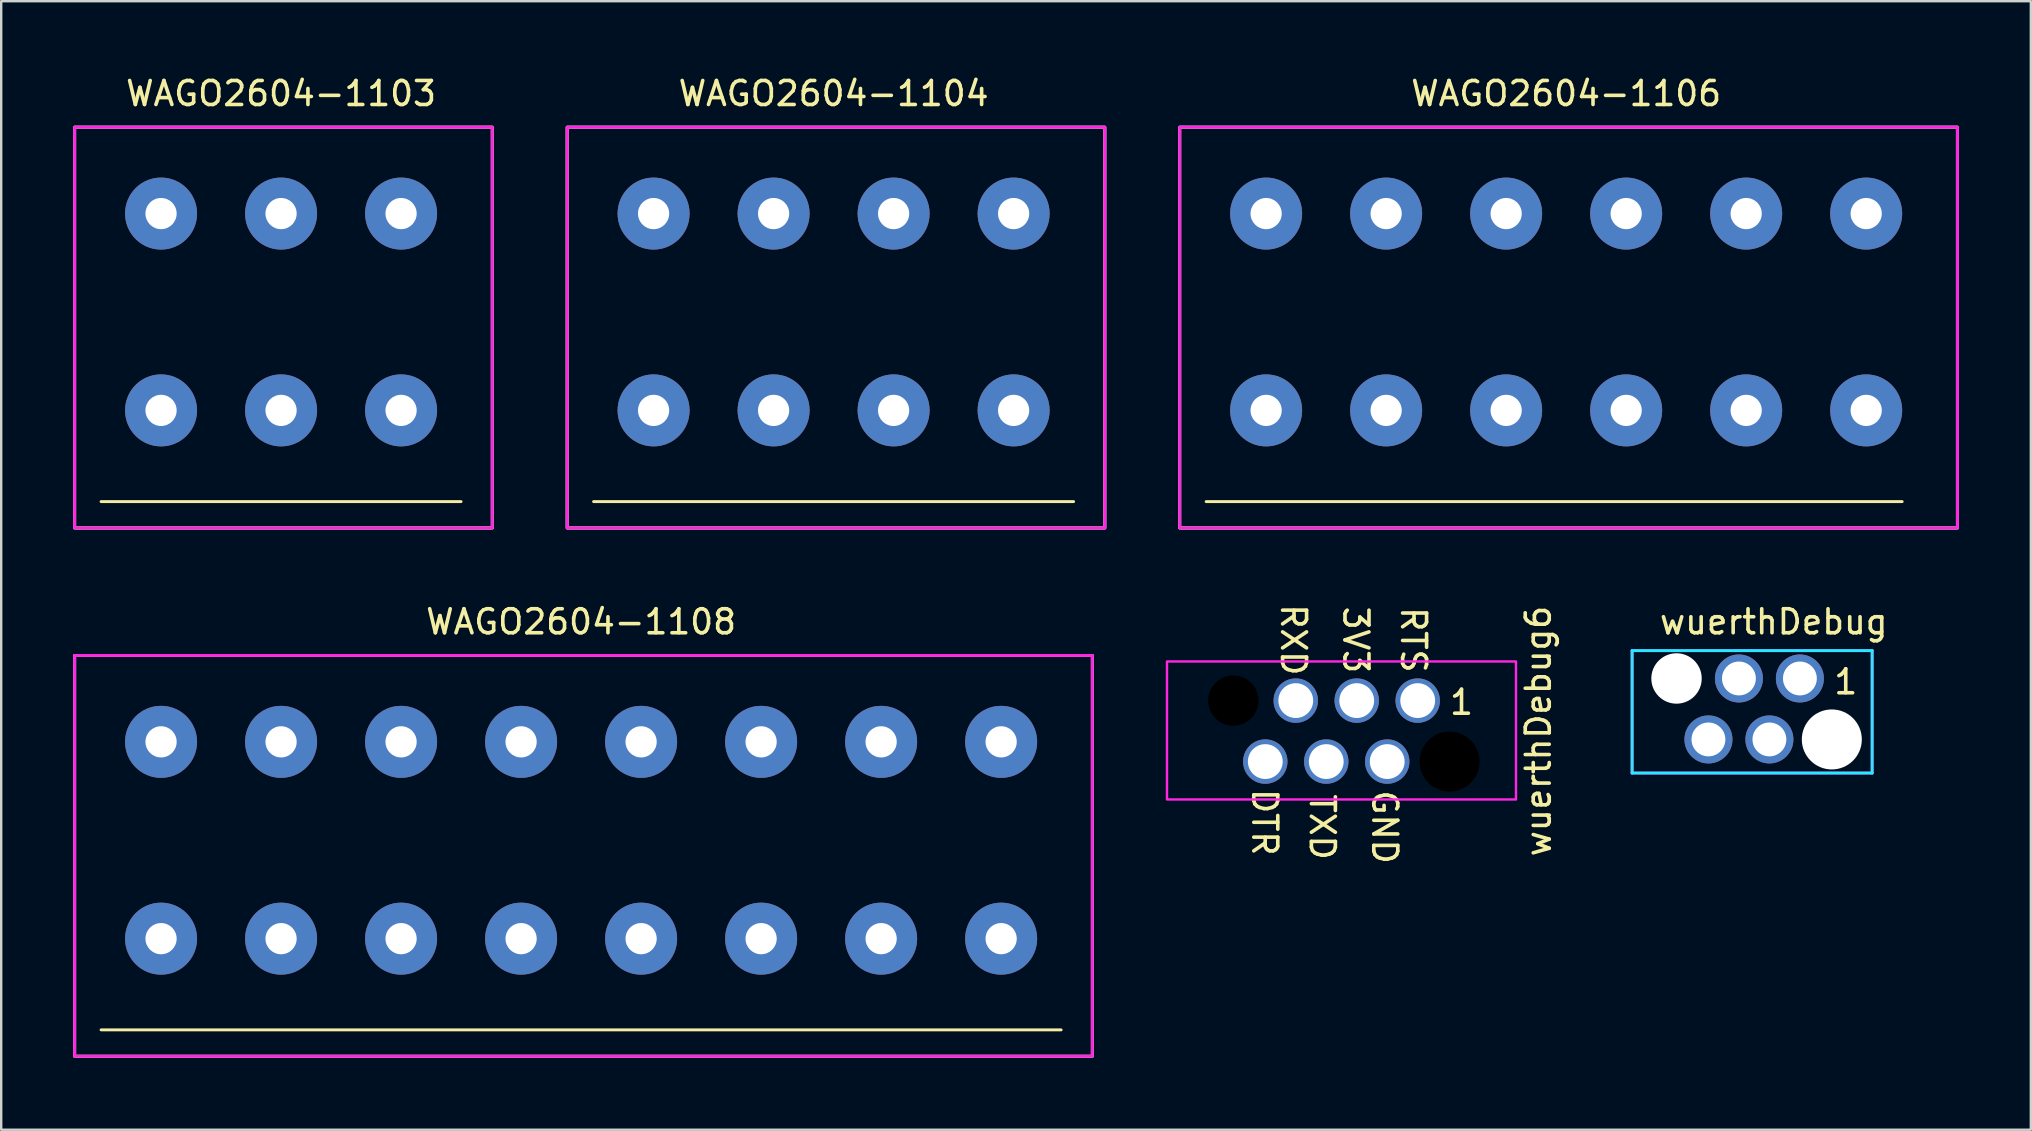
<source format=kicad_pcb>
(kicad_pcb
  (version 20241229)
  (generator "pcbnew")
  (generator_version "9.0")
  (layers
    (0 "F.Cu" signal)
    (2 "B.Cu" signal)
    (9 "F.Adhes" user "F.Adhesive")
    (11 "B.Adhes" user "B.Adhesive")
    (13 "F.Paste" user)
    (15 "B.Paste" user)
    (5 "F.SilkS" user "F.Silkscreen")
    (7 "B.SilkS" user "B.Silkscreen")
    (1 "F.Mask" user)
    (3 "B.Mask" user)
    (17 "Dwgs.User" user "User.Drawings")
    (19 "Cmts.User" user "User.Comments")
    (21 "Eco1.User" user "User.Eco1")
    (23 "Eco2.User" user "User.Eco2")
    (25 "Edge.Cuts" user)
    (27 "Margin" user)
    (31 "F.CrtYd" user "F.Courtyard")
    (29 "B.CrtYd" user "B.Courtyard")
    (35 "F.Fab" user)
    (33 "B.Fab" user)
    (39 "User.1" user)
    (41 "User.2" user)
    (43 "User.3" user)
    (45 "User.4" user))
  (footprint "WAGO2604-1103"
    (layer "F.Cu")
    (at 8.66 5.848)
    (property "Reference" "WAGO2604-1103" (at 0 -5 0) (layer "F.SilkS") (effects (font (size 1 1) (thickness 0.15))))
    (attr through_hole)
    (fp_line (start -7.5 12) (end 7.5 12) (stroke (width 0.12) (type solid)) (layer "F.SilkS"))
    (fp_rect (start 8.8 -3.6) (end -8.6 13.1) (stroke (width 0.12) (type solid)) (fill no) (layer "F.SilkS"))
    (fp_rect (start 8.8 -3.6) (end -8.6 13.1) (stroke (width 0.12) (type solid)) (fill no) (layer "F.CrtYd"))
    (fp_rect (start 8.8 -3.6) (end -8.6 13.1) (stroke (width 0.12) (type solid)) (fill no) (layer "F.Fab"))
    (pad "1" thru_hole circle (at -5 0) (size 3 3) (drill 1.3) (layers "*.Cu" "*.Mask"))
    (pad "1" thru_hole circle (at -5 8.2) (size 3 3) (drill 1.3) (layers "*.Cu" "*.Mask"))
    (pad "2" thru_hole circle (at 0 0) (size 3 3) (drill 1.3) (layers "*.Cu" "*.Mask"))
    (pad "2" thru_hole circle (at 0 8.2) (size 3 3) (drill 1.3) (layers "*.Cu" "*.Mask"))
    (pad "3" thru_hole circle (at 5 0) (size 3 3) (drill 1.3) (layers "*.Cu" "*.Mask"))
    (pad "3" thru_hole circle (at 5 8.2) (size 3 3) (drill 1.3) (layers "*.Cu" "*.Mask")))
  (footprint "wuerthDebug"
    (layer "F.Cu")
    (at 70.848 22.357)
    (property "Reference" "wuerthDebug" (at 0 0.5 0) (layer "F.SilkS") (effects (font (size 1 1) (thickness 0.15))))
    (attr through_hole)
    (fp_line (start -5.9 1.7) (end 4.1 1.7) (stroke (width 0.12) (type solid)) (layer "B.CrtYd"))
    (fp_line (start -5.9 6.8) (end -5.9 1.7) (stroke (width 0.12) (type solid)) (layer "B.CrtYd"))
    (fp_line (start 4.1 1.7) (end 4.1 6.8) (stroke (width 0.12) (type solid)) (layer "B.CrtYd"))
    (fp_line (start 4.1 6.8) (end -5.9 6.8) (stroke (width 0.12) (type solid)) (layer "B.CrtYd"))
    (fp_line (start -5.9 1.7) (end -5.9 6.8) (stroke (width 0.12) (type solid)) (layer "F.CrtYd"))
    (fp_line (start -5.9 1.7) (end 4.1 1.7) (stroke (width 0.12) (type solid)) (layer "F.CrtYd"))
    (fp_line (start -5.9 6.8) (end 4.1 6.8) (stroke (width 0.12) (type solid)) (layer "F.CrtYd"))
    (fp_line (start 4.1 1.7) (end 4.1 6.8) (stroke (width 0.12) (type solid)) (layer "F.CrtYd"))
    (fp_text user "1" (at 3 3 0) (layer "F.SilkS") (effects (font (size 1 1) (thickness 0.15))))
    (pad "" np_thru_hole circle (at -4.05 2.86) (size 2.1 2.1) (drill 2.1) (layers "*.Cu" "*.Mask"))
    (pad "" np_thru_hole circle (at 2.42 5.4) (size 2.5 2.5) (drill 2.5) (layers "*.Cu" "*.Mask"))
    (pad "1" thru_hole circle (at 1.09 2.86) (size 2 2) (drill 1.41) (layers "*.Cu" "*.Mask"))
    (pad "2" thru_hole circle (at -0.18 5.4) (size 2 2) (drill 1.41) (layers "*.Cu" "*.Mask"))
    (pad "3" thru_hole circle (at -1.45 2.86) (size 2 2) (drill 1.41) (layers "*.Cu" "*.Mask"))
    (pad "4" thru_hole circle (at -2.72 5.4) (size 2 2) (drill 1.41) (layers "*.Cu" "*.Mask")))
  (footprint "WAGO2604-1108"
    (layer "F.Cu")
    (at 21.16 27.857)
    (property "Reference" "WAGO2604-1108" (at 0 -5 0) (layer "F.SilkS") (effects (font (size 1 1) (thickness 0.15))))
    (attr through_hole)
    (fp_line (start -20 12) (end 20 12) (stroke (width 0.12) (type solid)) (layer "F.SilkS"))
    (fp_rect (start 21.3 -3.6) (end -21.1 13.1) (stroke (width 0.12) (type solid)) (fill no) (layer "F.SilkS"))
    (fp_rect (start 21.3 -3.6) (end -21.1 13.1) (stroke (width 0.12) (type solid)) (fill no) (layer "F.CrtYd"))
    (fp_rect (start 21.3 -3.6) (end -21.1 13.1) (stroke (width 0.12) (type solid)) (fill no) (layer "F.Fab"))
    (pad "1" thru_hole circle (at -17.5 0) (size 3 3) (drill 1.3) (layers "*.Cu" "*.Mask"))
    (pad "1" thru_hole circle (at -17.5 8.2) (size 3 3) (drill 1.3) (layers "*.Cu" "*.Mask"))
    (pad "2" thru_hole circle (at -12.5 0) (size 3 3) (drill 1.3) (layers "*.Cu" "*.Mask"))
    (pad "2" thru_hole circle (at -12.5 8.2) (size 3 3) (drill 1.3) (layers "*.Cu" "*.Mask"))
    (pad "3" thru_hole circle (at -7.5 0) (size 3 3) (drill 1.3) (layers "*.Cu" "*.Mask"))
    (pad "3" thru_hole circle (at -7.5 8.2) (size 3 3) (drill 1.3) (layers "*.Cu" "*.Mask"))
    (pad "4" thru_hole circle (at -2.5 0) (size 3 3) (drill 1.3) (layers "*.Cu" "*.Mask"))
    (pad "4" thru_hole circle (at -2.5 8.2) (size 3 3) (drill 1.3) (layers "*.Cu" "*.Mask"))
    (pad "5" thru_hole circle (at 2.5 0) (size 3 3) (drill 1.3) (layers "*.Cu" "*.Mask"))
    (pad "5" thru_hole circle (at 2.5 8.2) (size 3 3) (drill 1.3) (layers "*.Cu" "*.Mask"))
    (pad "6" thru_hole circle (at 7.5 0) (size 3 3) (drill 1.3) (layers "*.Cu" "*.Mask"))
    (pad "6" thru_hole circle (at 7.5 8.2) (size 3 3) (drill 1.3) (layers "*.Cu" "*.Mask"))
    (pad "7" thru_hole circle (at 12.5 0) (size 3 3) (drill 1.3) (layers "*.Cu" "*.Mask"))
    (pad "7" thru_hole circle (at 12.5 8.2) (size 3 3) (drill 1.3) (layers "*.Cu" "*.Mask"))
    (pad "8" thru_hole circle (at 17.5 0) (size 3 3) (drill 1.3) (layers "*.Cu" "*.Mask"))
    (pad "8" thru_hole circle (at 17.5 8.2) (size 3 3) (drill 1.3) (layers "*.Cu" "*.Mask")))
  (footprint "WAGO2604-1104"
    (layer "F.Cu")
    (at 31.68 5.848)
    (property "Reference" "WAGO2604-1104" (at 0 -5 0) (layer "F.SilkS") (effects (font (size 1 1) (thickness 0.15))))
    (attr through_hole)
    (fp_line (start -10 12) (end 10 12) (stroke (width 0.12) (type solid)) (layer "F.SilkS"))
    (fp_rect (start 11.3 -3.6) (end -11.1 13.1) (stroke (width 0.12) (type solid)) (fill no) (layer "F.SilkS"))
    (fp_rect (start 11.3 -3.6) (end -11.1 13.1) (stroke (width 0.12) (type solid)) (fill no) (layer "F.CrtYd"))
    (fp_rect (start 11.3 -3.6) (end -11.1 13.1) (stroke (width 0.12) (type solid)) (fill no) (layer "F.Fab"))
    (pad "1" thru_hole circle (at -7.5 0) (size 3 3) (drill 1.3) (layers "*.Cu" "*.Mask"))
    (pad "1" thru_hole circle (at -7.5 8.2) (size 3 3) (drill 1.3) (layers "*.Cu" "*.Mask"))
    (pad "2" thru_hole circle (at -2.5 0) (size 3 3) (drill 1.3) (layers "*.Cu" "*.Mask"))
    (pad "2" thru_hole circle (at -2.5 8.2) (size 3 3) (drill 1.3) (layers "*.Cu" "*.Mask"))
    (pad "3" thru_hole circle (at 2.5 0) (size 3 3) (drill 1.3) (layers "*.Cu" "*.Mask"))
    (pad "3" thru_hole circle (at 2.5 8.2) (size 3 3) (drill 1.3) (layers "*.Cu" "*.Mask"))
    (pad "4" thru_hole circle (at 7.5 0) (size 3 3) (drill 1.3) (layers "*.Cu" "*.Mask"))
    (pad "4" thru_hole circle (at 7.5 8.2) (size 3 3) (drill 1.3) (layers "*.Cu" "*.Mask")))
  (footprint "WAGO2604-1106"
    (layer "F.Cu")
    (at 62.2 5.848)
    (property "Reference" "WAGO2604-1106" (at 0 -5 0) (layer "F.SilkS") (effects (font (size 1 1) (thickness 0.15))))
    (attr through_hole)
    (fp_line (start -15 12) (end 14 12) (stroke (width 0.12) (type solid)) (layer "F.SilkS"))
    (fp_rect (start 16.3 -3.6) (end -16.1 13.1) (stroke (width 0.12) (type solid)) (fill no) (layer "F.SilkS"))
    (fp_rect (start 16.3 -3.6) (end -16.1 13.1) (stroke (width 0.12) (type solid)) (fill no) (layer "F.CrtYd"))
    (fp_rect (start 16.3 -3.6) (end -16.1 13.1) (stroke (width 0.12) (type solid)) (fill no) (layer "F.Fab"))
    (pad "1" thru_hole circle (at -12.5 0) (size 3 3) (drill 1.3) (layers "*.Cu" "*.Mask"))
    (pad "1" thru_hole circle (at -12.5 8.2) (size 3 3) (drill 1.3) (layers "*.Cu" "*.Mask"))
    (pad "2" thru_hole circle (at -7.5 0) (size 3 3) (drill 1.3) (layers "*.Cu" "*.Mask"))
    (pad "2" thru_hole circle (at -7.5 8.2) (size 3 3) (drill 1.3) (layers "*.Cu" "*.Mask"))
    (pad "3" thru_hole circle (at -2.5 0) (size 3 3) (drill 1.3) (layers "*.Cu" "*.Mask"))
    (pad "3" thru_hole circle (at -2.5 8.2) (size 3 3) (drill 1.3) (layers "*.Cu" "*.Mask"))
    (pad "4" thru_hole circle (at 2.5 0) (size 3 3) (drill 1.3) (layers "*.Cu" "*.Mask"))
    (pad "4" thru_hole circle (at 2.5 8.2) (size 3 3) (drill 1.3) (layers "*.Cu" "*.Mask"))
    (pad "5" thru_hole circle (at 7.5 0) (size 3 3) (drill 1.3) (layers "*.Cu" "*.Mask"))
    (pad "5" thru_hole circle (at 7.5 8.2) (size 3 3) (drill 1.3) (layers "*.Cu" "*.Mask"))
    (pad "6" thru_hole circle (at 12.5 0) (size 3 3) (drill 1.3) (layers "*.Cu" "*.Mask"))
    (pad "6" thru_hole circle (at 12.5 8.2) (size 3 3) (drill 1.3) (layers "*.Cu" "*.Mask")))
  (footprint "wuerthDebug6"
    (layer "F.Cu")
    (at 52.84 27.409)
    (property "Reference" "wuerthDebug6" (at 8.2 0 90) (layer "F.SilkS") (effects (font (size 1 1) (thickness 0.15))))
    (attr through_hole)
    (fp_poly (pts (xy -7.27 -2.9) (xy 7.27 -2.9) (xy 7.27 2.85) (xy -7.27 2.85)) (stroke (width 0.1) (type solid)) (fill no) (layer "F.CrtYd"))
    (fp_text user "RXD" (at -2 -3.8 270) (unlocked yes) (layer "F.SilkS") (effects (font (size 1 1) (thickness 0.15))))
    (fp_text user "GND" (at 1.8 4 270) (unlocked yes) (layer "F.SilkS") (effects (font (size 1 1) (thickness 0.15))))
    (fp_text user "3V3" (at 0.6 -3.8 270) (unlocked yes) (layer "F.SilkS") (effects (font (size 1 1) (thickness 0.15))))
    (fp_text user "DTR" (at -3.2 3.8 270) (unlocked yes) (layer "F.SilkS") (effects (font (size 1 1) (thickness 0.15))))
    (fp_text user "RTS" (at 3 -3.8 270) (unlocked yes) (layer "F.SilkS") (effects (font (size 1 1) (thickness 0.15))))
    (fp_text user "1" (at 5 -1.2 0) (unlocked yes) (layer "F.SilkS") (effects (font (size 1 1) (thickness 0.15))))
    (fp_text user "TXD" (at -0.8 4 270) (unlocked yes) (layer "F.SilkS") (effects (font (size 1 1) (thickness 0.15))))
    (pad "" np_thru_hole circle (at -4.505 -1.27) (size 2.1 2.1) (drill 2.15) (layers "*.Mask"))
    (pad "" np_thru_hole circle (at 4.505 1.27) (size 2.5 2.5) (drill 2.55) (layers "*.Mask"))
    (pad "1" thru_hole circle (at 3.175 -1.27) (size 1.85 1.85) (drill 1.45) (layers "*.Cu" "*.Mask"))
    (pad "2" thru_hole circle (at 1.905 1.27) (size 1.85 1.85) (drill 1.45) (layers "*.Cu" "*.Mask"))
    (pad "3" thru_hole circle (at 0.635 -1.27) (size 1.85 1.85) (drill 1.45) (layers "*.Cu" "*.Mask"))
    (pad "4" thru_hole circle (at -0.635 1.27) (size 1.85 1.85) (drill 1.45) (layers "*.Cu" "*.Mask"))
    (pad "5" thru_hole circle (at -1.905 -1.27) (size 1.85 1.85) (drill 1.45) (layers "*.Cu" "*.Mask"))
    (pad "6" thru_hole circle (at -3.175 1.27) (size 1.85 1.85) (drill 1.45) (layers "*.Cu" "*.Mask")))
  (gr_rect
    (start -3 -3)
    (end 81.56 44.017)
    (stroke (width 0.1) (type default))
    (fill no)
    (layer "Edge.Cuts")))
</source>
